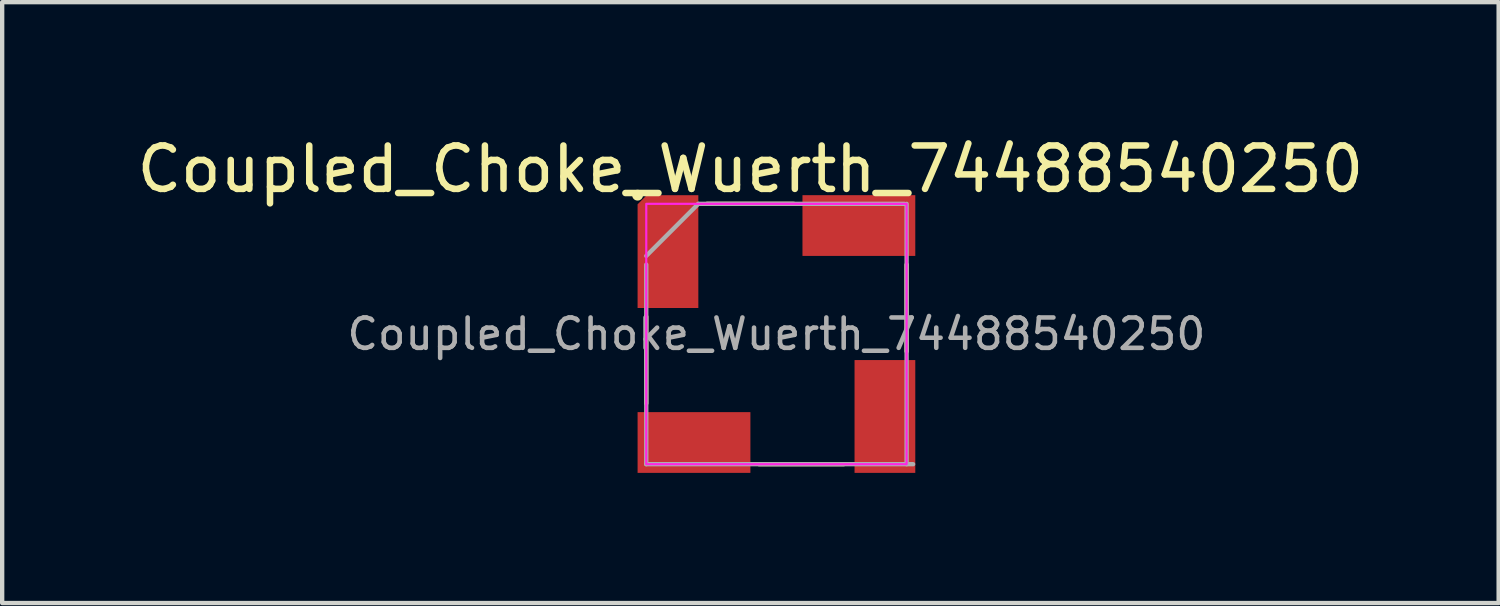
<source format=kicad_pcb>
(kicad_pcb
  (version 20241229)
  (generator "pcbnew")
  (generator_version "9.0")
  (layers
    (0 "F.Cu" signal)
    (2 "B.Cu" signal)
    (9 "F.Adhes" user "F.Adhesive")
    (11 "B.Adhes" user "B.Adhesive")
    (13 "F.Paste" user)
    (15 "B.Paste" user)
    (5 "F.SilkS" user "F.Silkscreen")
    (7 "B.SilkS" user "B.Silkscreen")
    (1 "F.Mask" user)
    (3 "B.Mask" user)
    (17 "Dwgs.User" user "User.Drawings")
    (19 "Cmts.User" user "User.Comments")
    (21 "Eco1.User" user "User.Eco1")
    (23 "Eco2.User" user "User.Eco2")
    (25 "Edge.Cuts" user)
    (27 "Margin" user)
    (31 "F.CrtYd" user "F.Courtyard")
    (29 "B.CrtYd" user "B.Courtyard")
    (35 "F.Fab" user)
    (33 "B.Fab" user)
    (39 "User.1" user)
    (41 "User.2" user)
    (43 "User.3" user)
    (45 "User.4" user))
  (footprint "Coupled_Choke_Wuerth_74488540250"
    (layer "F.Cu")
    (at 14.844 4.648)
    (property "Reference" "Coupled_Choke_Wuerth_74488540250" (at -0.6 -3.8 0) (unlocked yes) (layer "F.SilkS") (effects (font (size 1 1) (thickness 0.15))))
    (attr smd)
    (fp_line (start -3.2 -3.2) (end -3.2 -3.2) (stroke (width 0.25) (type default)) (layer "F.SilkS"))
    (fp_line (start -3 1.6) (end -3 -0.4) (stroke (width 0.1) (type default)) (layer "F.SilkS"))
    (fp_line (start -1.6 -3) (end 0.4 -3) (stroke (width 0.1) (type default)) (layer "F.SilkS"))
    (fp_line (start -0.4 3) (end 1.55 3) (stroke (width 0.1) (type default)) (layer "F.SilkS"))
    (fp_line (start 3 0.4) (end 3 -1.6) (stroke (width 0.1) (type default)) (layer "F.SilkS"))
    (fp_rect (start -3 -3) (end 3 3) (stroke (width 0.05) (type default)) (fill no) (layer "F.CrtYd"))
    (fp_line (start -3 -1.8) (end -1.8 -3) (stroke (width 0.1) (type default)) (layer "F.Fab"))
    (fp_line (start -3 3) (end -3 -1.6) (stroke (width 0.1) (type default)) (layer "F.Fab"))
    (fp_line (start -1.8 -3) (end 2.95 -3) (stroke (width 0.1) (type default)) (layer "F.Fab"))
    (fp_line (start 3 -3) (end 3 3) (stroke (width 0.1) (type default)) (layer "F.Fab"))
    (fp_line (start 3.15 3) (end -3 3) (stroke (width 0.1) (type default)) (layer "F.Fab"))
    (fp_text user "${REFERENCE}" (at 0 0 0) (unlocked yes) (layer "F.Fab") (effects (font (size 0.7 0.7) (thickness 0.105))))
    (pad "1" smd roundrect (at -2.5 -1.9) (size 1.4 2.6) (layers "F.Cu" "F.Mask" "F.Paste") (roundrect_rratio 0) (chamfer_ratio 0.15) (chamfer top_left))
    (pad "2" smd custom (at 1.9 -2.5) (size 2.6 1.4) (layers "F.Cu" "F.Mask" "F.Paste") (options (anchor rect)) (primitives))
    (pad "3" smd custom (at 2.5 1.9) (size 1.4 2.6) (layers "F.Cu" "F.Mask" "F.Paste") (options (anchor rect)) (primitives))
    (pad "4" smd custom (at -1.9 2.5) (size 2.6 1.4) (layers "F.Cu" "F.Mask" "F.Paste") (options (anchor rect)) (primitives)))
  (gr_rect
    (start -3 -3)
    (end 31.488 10.848)
    (stroke (width 0.1) (type default))
    (fill no)
    (layer "Edge.Cuts")))
</source>
